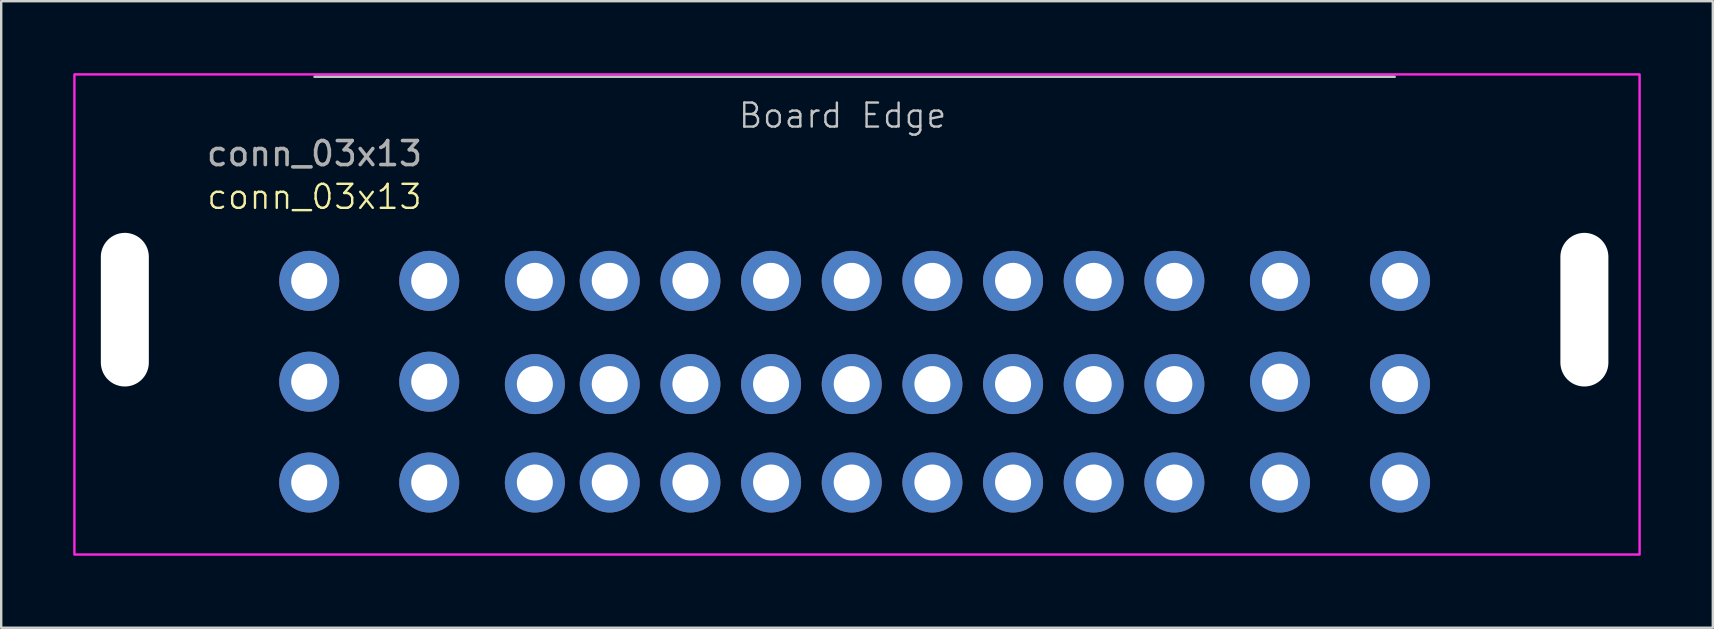
<source format=kicad_pcb>
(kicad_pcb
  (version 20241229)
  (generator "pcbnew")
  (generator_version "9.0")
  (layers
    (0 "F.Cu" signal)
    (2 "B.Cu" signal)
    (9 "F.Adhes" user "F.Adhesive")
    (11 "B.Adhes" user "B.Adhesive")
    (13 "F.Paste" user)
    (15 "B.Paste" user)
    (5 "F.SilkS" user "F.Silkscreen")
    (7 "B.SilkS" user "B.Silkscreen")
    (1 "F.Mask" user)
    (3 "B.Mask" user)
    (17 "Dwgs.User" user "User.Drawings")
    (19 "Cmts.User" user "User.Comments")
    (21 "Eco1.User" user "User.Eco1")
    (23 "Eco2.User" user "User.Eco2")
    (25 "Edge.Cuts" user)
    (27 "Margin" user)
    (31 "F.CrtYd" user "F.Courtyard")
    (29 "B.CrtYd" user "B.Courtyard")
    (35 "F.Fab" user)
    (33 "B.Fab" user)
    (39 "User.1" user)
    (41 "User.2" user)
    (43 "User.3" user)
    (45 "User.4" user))
  (footprint "conn_03x13"
    (layer "F.Cu")
    (at 10.05 8.65)
    (property "Reference" "conn_03x13" (at 0 -3.5 0) (unlocked yes) (layer "F.SilkS") (effects (font (size 1 1) (thickness 0.1))))
    (attr smd)
    (fp_line (start 0 -8.5) (end 45 -8.5) (stroke (width 0.1) (type default)) (layer "Dwgs.User"))
    (fp_rect (start -10 -8.6) (end 55.2 11.4) (stroke (width 0.1) (type default)) (fill no) (layer "F.CrtYd"))
    (fp_text user "Board Edge" (at 17.6 -6.3 0) (unlocked yes) (layer "Dwgs.User") (effects (font (size 1 1) (thickness 0.1)) (justify left bottom)))
    (fp_text user "${REFERENCE}" (at 0 -5.3 0) (unlocked yes) (layer "F.Fab") (effects (font (size 1 1) (thickness 0.15))))
    (pad "" np_thru_hole oval (at -7.9 1.2) (size 2 6.4) (drill oval 2 6.4) (layers "*.Cu" "*.Mask"))
    (pad "" np_thru_hole oval (at 52.9 1.2) (size 2 6.4) (drill oval 2 6.4) (layers "*.Cu" "*.Mask" "B.Paste"))
    (pad "1" thru_hole circle (at -0.22 0) (size 2.5 2.5) (drill 1.5) (layers "*.Cu" "*.Mask"))
    (pad "2" thru_hole circle (at 4.78 0) (size 2.5 2.5) (drill 1.5) (layers "*.Cu" "*.Mask"))
    (pad "3" thru_hole circle (at 9.18 0) (size 2.5 2.5) (drill 1.5) (layers "*.Cu" "*.Mask"))
    (pad "4" thru_hole circle (at 12.3 0) (size 2.5 2.5) (drill 1.5) (layers "*.Cu" "*.Mask"))
    (pad "5" thru_hole circle (at 15.66 0) (size 2.5 2.5) (drill 1.5) (layers "*.Cu" "*.Mask"))
    (pad "6" thru_hole circle (at 19.02 0) (size 2.5 2.5) (drill 1.5) (layers "*.Cu" "*.Mask"))
    (pad "7" thru_hole circle (at 22.38 0) (size 2.5 2.5) (drill 1.5) (layers "*.Cu" "*.Mask"))
    (pad "8" thru_hole circle (at 25.74 0) (size 2.5 2.5) (drill 1.5) (layers "*.Cu" "*.Mask"))
    (pad "9" thru_hole circle (at 29.1 0) (size 2.5 2.5) (drill 1.5) (layers "*.Cu" "*.Mask"))
    (pad "10" thru_hole circle (at 32.46 0) (size 2.5 2.5) (drill 1.5) (layers "*.Cu" "*.Mask"))
    (pad "11" thru_hole circle (at 35.82 0) (size 2.5 2.5) (drill 1.5) (layers "*.Cu" "*.Mask"))
    (pad "12" thru_hole circle (at 40.22 0) (size 2.5 2.5) (drill 1.5) (layers "*.Cu" "*.Mask"))
    (pad "13" thru_hole circle (at 45.22 0) (size 2.5 2.5) (drill 1.5) (layers "*.Cu" "*.Mask"))
    (pad "14" thru_hole circle (at -0.22 4.2) (size 2.5 2.5) (drill 1.5) (layers "*.Cu" "*.Mask"))
    (pad "15" thru_hole circle (at 4.78 4.2) (size 2.5 2.5) (drill 1.5) (layers "*.Cu" "*.Mask"))
    (pad "16" thru_hole circle (at 9.18 4.3) (size 2.5 2.5) (drill 1.5) (layers "*.Cu" "*.Mask"))
    (pad "17" thru_hole circle (at 12.3 4.3) (size 2.5 2.5) (drill 1.5) (layers "*.Cu" "*.Mask"))
    (pad "18" thru_hole circle (at 15.66 4.3) (size 2.5 2.5) (drill 1.5) (layers "*.Cu" "*.Mask"))
    (pad "19" thru_hole circle (at 19.02 4.3) (size 2.5 2.5) (drill 1.5) (layers "*.Cu" "*.Mask"))
    (pad "20" thru_hole circle (at 22.38 4.3) (size 2.5 2.5) (drill 1.5) (layers "*.Cu" "*.Mask"))
    (pad "21" thru_hole circle (at 25.74 4.3) (size 2.5 2.5) (drill 1.5) (layers "*.Cu" "*.Mask"))
    (pad "22" thru_hole circle (at 29.1 4.3) (size 2.5 2.5) (drill 1.5) (layers "*.Cu" "*.Mask"))
    (pad "23" thru_hole circle (at 32.46 4.3) (size 2.5 2.5) (drill 1.5) (layers "*.Cu" "*.Mask"))
    (pad "24" thru_hole circle (at 35.82 4.3) (size 2.5 2.5) (drill 1.5) (layers "*.Cu" "*.Mask"))
    (pad "25" thru_hole circle (at 40.22 4.2) (size 2.5 2.5) (drill 1.5) (layers "*.Cu" "*.Mask"))
    (pad "26" thru_hole circle (at 45.22 4.3) (size 2.5 2.5) (drill 1.5) (layers "*.Cu" "*.Mask"))
    (pad "27" thru_hole circle (at -0.22 8.4) (size 2.5 2.5) (drill 1.5) (layers "*.Cu" "*.Mask"))
    (pad "28" thru_hole circle (at 4.78 8.4) (size 2.5 2.5) (drill 1.5) (layers "*.Cu" "*.Mask"))
    (pad "29" thru_hole circle (at 9.18 8.4) (size 2.5 2.5) (drill 1.5) (layers "*.Cu" "*.Mask"))
    (pad "30" thru_hole circle (at 12.3 8.4) (size 2.5 2.5) (drill 1.5) (layers "*.Cu" "*.Mask"))
    (pad "31" thru_hole circle (at 15.66 8.4) (size 2.5 2.5) (drill 1.5) (layers "*.Cu" "*.Mask"))
    (pad "32" thru_hole circle (at 19.02 8.4) (size 2.5 2.5) (drill 1.5) (layers "*.Cu" "*.Mask"))
    (pad "33" thru_hole circle (at 22.38 8.4) (size 2.5 2.5) (drill 1.5) (layers "*.Cu" "*.Mask"))
    (pad "34" thru_hole circle (at 25.74 8.4) (size 2.5 2.5) (drill 1.5) (layers "*.Cu" "*.Mask"))
    (pad "35" thru_hole circle (at 29.1 8.4) (size 2.5 2.5) (drill 1.5) (layers "*.Cu" "*.Mask"))
    (pad "36" thru_hole circle (at 32.46 8.4) (size 2.5 2.5) (drill 1.5) (layers "*.Cu" "*.Mask"))
    (pad "37" thru_hole circle (at 35.82 8.4) (size 2.5 2.5) (drill 1.5) (layers "*.Cu" "*.Mask"))
    (pad "38" thru_hole circle (at 40.22 8.4) (size 2.5 2.5) (drill 1.5) (layers "*.Cu" "*.Mask"))
    (pad "39" thru_hole circle (at 45.22 8.4) (size 2.5 2.5) (drill 1.5) (layers "*.Cu" "*.Mask")))
  (gr_rect
    (start -3 -3)
    (end 68.3 23.1)
    (stroke (width 0.1) (type default))
    (fill no)
    (layer "Edge.Cuts")))
</source>
